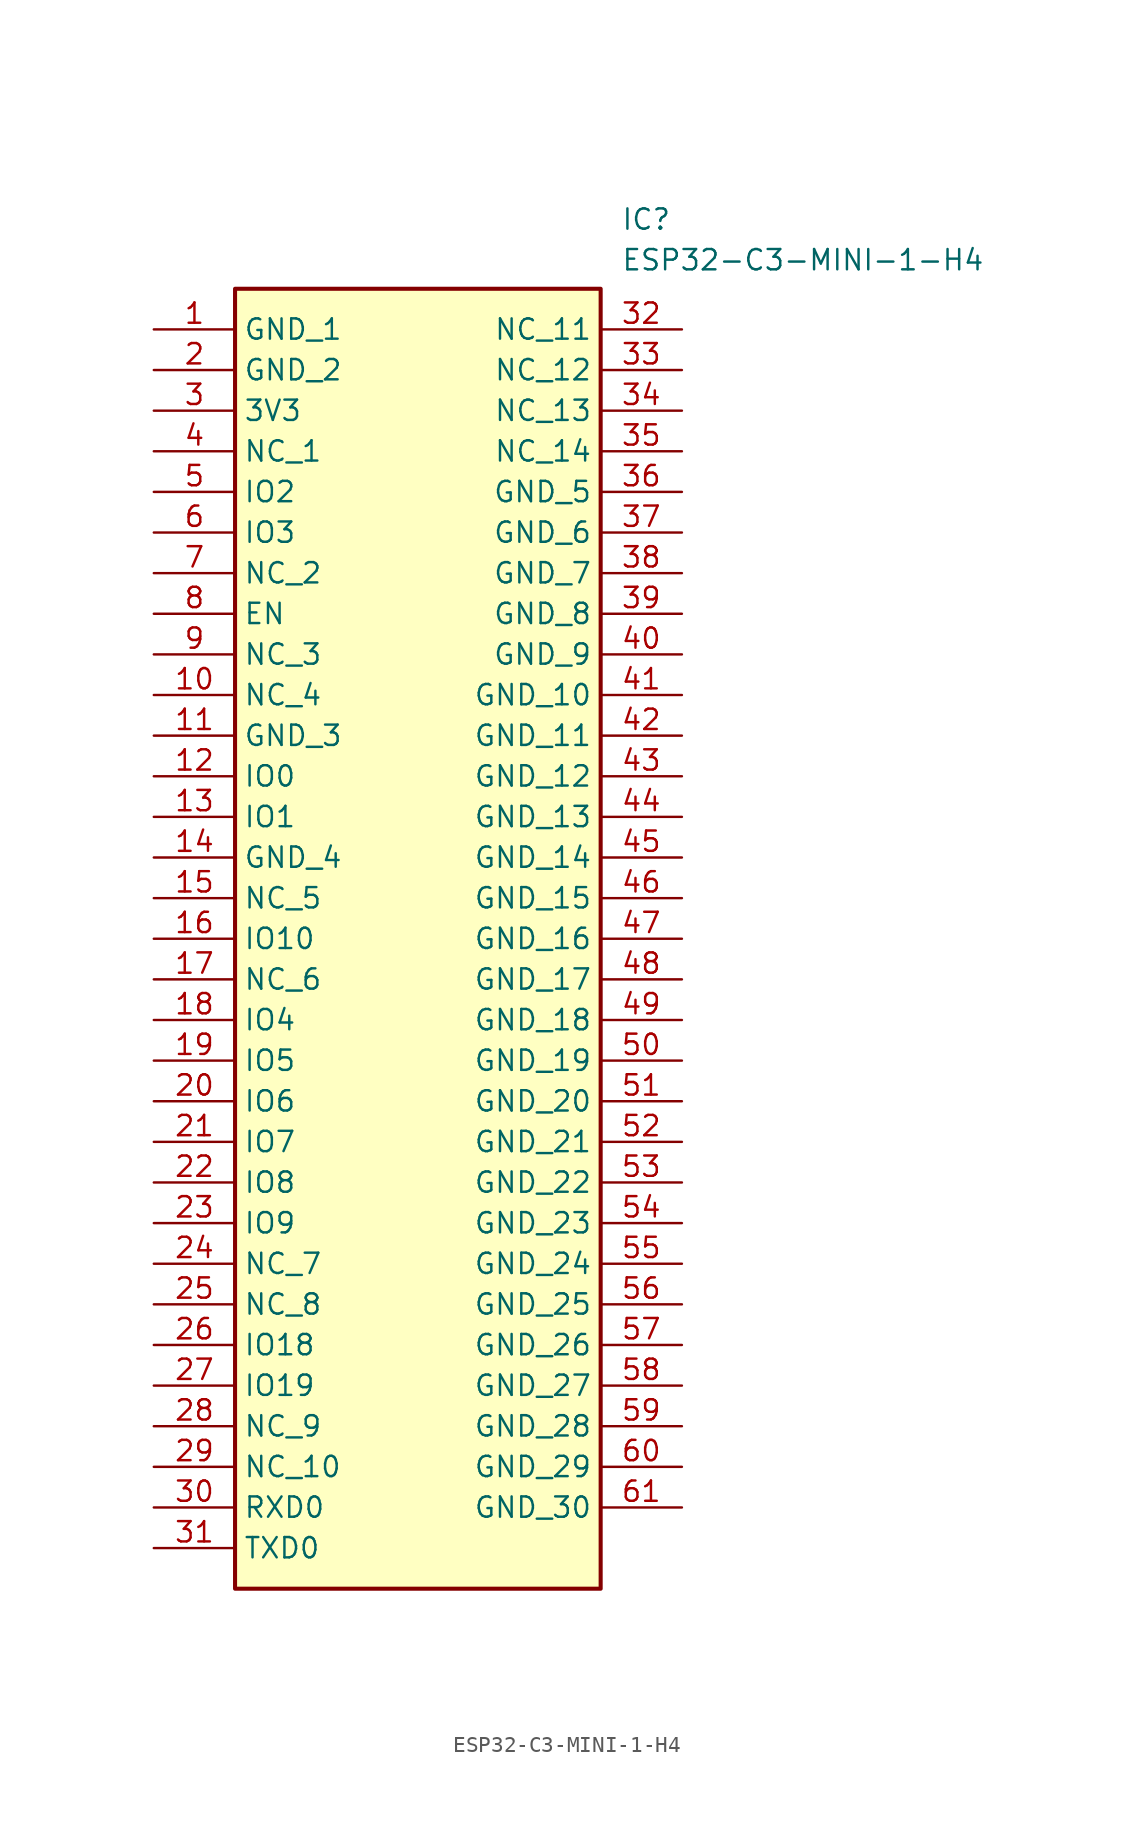
<source format=kicad_sym>
(kicad_symbol_lib
  (version 20211014)
  (generator SamacSys_ECAD_Model)
  (symbol "ESP32-C3-MINI-1-H4"
    (property "Reference" "IC"
      (at 29.21 7.62 0)
      (effects (font (size 1.27 1.27)) (justify left top)))
    (property "Value" "ESP32-C3-MINI-1-H4"
      (at 29.21 5.08 0)
      (effects (font (size 1.27 1.27)) (justify left top)))
    (rectangle
      (start 5.08 2.54)
      (end 27.94 -78.74)
      (stroke (width 0.254) (type default))
      (fill (type background)))
    (pin passive line
      (at 0 0 0)
      (length 5.08)
      (name "GND_1" (effects (font (size 1.27 1.27))))
      (number "1" (effects (font (size 1.27 1.27)))))
    (pin passive line
      (at 0 -2.54 0)
      (length 5.08)
      (name "GND_2" (effects (font (size 1.27 1.27))))
      (number "2" (effects (font (size 1.27 1.27)))))
    (pin passive line
      (at 0 -5.08 0)
      (length 5.08)
      (name "3V3" (effects (font (size 1.27 1.27))))
      (number "3" (effects (font (size 1.27 1.27)))))
    (pin passive line
      (at 0 -7.62 0)
      (length 5.08)
      (name "NC_1" (effects (font (size 1.27 1.27))))
      (number "4" (effects (font (size 1.27 1.27)))))
    (pin passive line
      (at 0 -10.16 0)
      (length 5.08)
      (name "IO2" (effects (font (size 1.27 1.27))))
      (number "5" (effects (font (size 1.27 1.27)))))
    (pin passive line
      (at 0 -12.7 0)
      (length 5.08)
      (name "IO3" (effects (font (size 1.27 1.27))))
      (number "6" (effects (font (size 1.27 1.27)))))
    (pin passive line
      (at 0 -15.24 0)
      (length 5.08)
      (name "NC_2" (effects (font (size 1.27 1.27))))
      (number "7" (effects (font (size 1.27 1.27)))))
    (pin passive line
      (at 0 -17.78 0)
      (length 5.08)
      (name "EN" (effects (font (size 1.27 1.27))))
      (number "8" (effects (font (size 1.27 1.27)))))
    (pin passive line
      (at 0 -20.32 0)
      (length 5.08)
      (name "NC_3" (effects (font (size 1.27 1.27))))
      (number "9" (effects (font (size 1.27 1.27)))))
    (pin passive line
      (at 0 -22.86 0)
      (length 5.08)
      (name "NC_4" (effects (font (size 1.27 1.27))))
      (number "10" (effects (font (size 1.27 1.27)))))
    (pin passive line
      (at 0 -25.4 0)
      (length 5.08)
      (name "GND_3" (effects (font (size 1.27 1.27))))
      (number "11" (effects (font (size 1.27 1.27)))))
    (pin passive line
      (at 0 -27.94 0)
      (length 5.08)
      (name "IO0" (effects (font (size 1.27 1.27))))
      (number "12" (effects (font (size 1.27 1.27)))))
    (pin passive line
      (at 0 -30.48 0)
      (length 5.08)
      (name "IO1" (effects (font (size 1.27 1.27))))
      (number "13" (effects (font (size 1.27 1.27)))))
    (pin passive line
      (at 0 -33.02 0)
      (length 5.08)
      (name "GND_4" (effects (font (size 1.27 1.27))))
      (number "14" (effects (font (size 1.27 1.27)))))
    (pin passive line
      (at 0 -35.56 0)
      (length 5.08)
      (name "NC_5" (effects (font (size 1.27 1.27))))
      (number "15" (effects (font (size 1.27 1.27)))))
    (pin passive line
      (at 0 -38.1 0)
      (length 5.08)
      (name "IO10" (effects (font (size 1.27 1.27))))
      (number "16" (effects (font (size 1.27 1.27)))))
    (pin passive line
      (at 0 -40.64 0)
      (length 5.08)
      (name "NC_6" (effects (font (size 1.27 1.27))))
      (number "17" (effects (font (size 1.27 1.27)))))
    (pin passive line
      (at 0 -43.18 0)
      (length 5.08)
      (name "IO4" (effects (font (size 1.27 1.27))))
      (number "18" (effects (font (size 1.27 1.27)))))
    (pin passive line
      (at 0 -45.72 0)
      (length 5.08)
      (name "IO5" (effects (font (size 1.27 1.27))))
      (number "19" (effects (font (size 1.27 1.27)))))
    (pin passive line
      (at 0 -48.26 0)
      (length 5.08)
      (name "IO6" (effects (font (size 1.27 1.27))))
      (number "20" (effects (font (size 1.27 1.27)))))
    (pin passive line
      (at 0 -50.8 0)
      (length 5.08)
      (name "IO7" (effects (font (size 1.27 1.27))))
      (number "21" (effects (font (size 1.27 1.27)))))
    (pin passive line
      (at 0 -53.34 0)
      (length 5.08)
      (name "IO8" (effects (font (size 1.27 1.27))))
      (number "22" (effects (font (size 1.27 1.27)))))
    (pin passive line
      (at 0 -55.88 0)
      (length 5.08)
      (name "IO9" (effects (font (size 1.27 1.27))))
      (number "23" (effects (font (size 1.27 1.27)))))
    (pin passive line
      (at 0 -58.42 0)
      (length 5.08)
      (name "NC_7" (effects (font (size 1.27 1.27))))
      (number "24" (effects (font (size 1.27 1.27)))))
    (pin passive line
      (at 0 -60.96 0)
      (length 5.08)
      (name "NC_8" (effects (font (size 1.27 1.27))))
      (number "25" (effects (font (size 1.27 1.27)))))
    (pin passive line
      (at 0 -63.5 0)
      (length 5.08)
      (name "IO18" (effects (font (size 1.27 1.27))))
      (number "26" (effects (font (size 1.27 1.27)))))
    (pin passive line
      (at 0 -66.04 0)
      (length 5.08)
      (name "IO19" (effects (font (size 1.27 1.27))))
      (number "27" (effects (font (size 1.27 1.27)))))
    (pin passive line
      (at 0 -68.58 0)
      (length 5.08)
      (name "NC_9" (effects (font (size 1.27 1.27))))
      (number "28" (effects (font (size 1.27 1.27)))))
    (pin passive line
      (at 0 -71.12 0)
      (length 5.08)
      (name "NC_10" (effects (font (size 1.27 1.27))))
      (number "29" (effects (font (size 1.27 1.27)))))
    (pin passive line
      (at 0 -73.66 0)
      (length 5.08)
      (name "RXD0" (effects (font (size 1.27 1.27))))
      (number "30" (effects (font (size 1.27 1.27)))))
    (pin passive line
      (at 0 -76.2 0)
      (length 5.08)
      (name "TXD0" (effects (font (size 1.27 1.27))))
      (number "31" (effects (font (size 1.27 1.27)))))
    (pin passive line
      (at 33.02 0 180)
      (length 5.08)
      (name "NC_11" (effects (font (size 1.27 1.27))))
      (number "32" (effects (font (size 1.27 1.27)))))
    (pin passive line
      (at 33.02 -2.54 180)
      (length 5.08)
      (name "NC_12" (effects (font (size 1.27 1.27))))
      (number "33" (effects (font (size 1.27 1.27)))))
    (pin passive line
      (at 33.02 -5.08 180)
      (length 5.08)
      (name "NC_13" (effects (font (size 1.27 1.27))))
      (number "34" (effects (font (size 1.27 1.27)))))
    (pin passive line
      (at 33.02 -7.62 180)
      (length 5.08)
      (name "NC_14" (effects (font (size 1.27 1.27))))
      (number "35" (effects (font (size 1.27 1.27)))))
    (pin passive line
      (at 33.02 -10.16 180)
      (length 5.08)
      (name "GND_5" (effects (font (size 1.27 1.27))))
      (number "36" (effects (font (size 1.27 1.27)))))
    (pin passive line
      (at 33.02 -12.7 180)
      (length 5.08)
      (name "GND_6" (effects (font (size 1.27 1.27))))
      (number "37" (effects (font (size 1.27 1.27)))))
    (pin passive line
      (at 33.02 -15.24 180)
      (length 5.08)
      (name "GND_7" (effects (font (size 1.27 1.27))))
      (number "38" (effects (font (size 1.27 1.27)))))
    (pin passive line
      (at 33.02 -17.78 180)
      (length 5.08)
      (name "GND_8" (effects (font (size 1.27 1.27))))
      (number "39" (effects (font (size 1.27 1.27)))))
    (pin passive line
      (at 33.02 -20.32 180)
      (length 5.08)
      (name "GND_9" (effects (font (size 1.27 1.27))))
      (number "40" (effects (font (size 1.27 1.27)))))
    (pin passive line
      (at 33.02 -22.86 180)
      (length 5.08)
      (name "GND_10" (effects (font (size 1.27 1.27))))
      (number "41" (effects (font (size 1.27 1.27)))))
    (pin passive line
      (at 33.02 -25.4 180)
      (length 5.08)
      (name "GND_11" (effects (font (size 1.27 1.27))))
      (number "42" (effects (font (size 1.27 1.27)))))
    (pin passive line
      (at 33.02 -27.94 180)
      (length 5.08)
      (name "GND_12" (effects (font (size 1.27 1.27))))
      (number "43" (effects (font (size 1.27 1.27)))))
    (pin passive line
      (at 33.02 -30.48 180)
      (length 5.08)
      (name "GND_13" (effects (font (size 1.27 1.27))))
      (number "44" (effects (font (size 1.27 1.27)))))
    (pin passive line
      (at 33.02 -33.02 180)
      (length 5.08)
      (name "GND_14" (effects (font (size 1.27 1.27))))
      (number "45" (effects (font (size 1.27 1.27)))))
    (pin passive line
      (at 33.02 -35.56 180)
      (length 5.08)
      (name "GND_15" (effects (font (size 1.27 1.27))))
      (number "46" (effects (font (size 1.27 1.27)))))
    (pin passive line
      (at 33.02 -38.1 180)
      (length 5.08)
      (name "GND_16" (effects (font (size 1.27 1.27))))
      (number "47" (effects (font (size 1.27 1.27)))))
    (pin passive line
      (at 33.02 -40.64 180)
      (length 5.08)
      (name "GND_17" (effects (font (size 1.27 1.27))))
      (number "48" (effects (font (size 1.27 1.27)))))
    (pin passive line
      (at 33.02 -43.18 180)
      (length 5.08)
      (name "GND_18" (effects (font (size 1.27 1.27))))
      (number "49" (effects (font (size 1.27 1.27)))))
    (pin passive line
      (at 33.02 -45.72 180)
      (length 5.08)
      (name "GND_19" (effects (font (size 1.27 1.27))))
      (number "50" (effects (font (size 1.27 1.27)))))
    (pin passive line
      (at 33.02 -48.26 180)
      (length 5.08)
      (name "GND_20" (effects (font (size 1.27 1.27))))
      (number "51" (effects (font (size 1.27 1.27)))))
    (pin passive line
      (at 33.02 -50.8 180)
      (length 5.08)
      (name "GND_21" (effects (font (size 1.27 1.27))))
      (number "52" (effects (font (size 1.27 1.27)))))
    (pin passive line
      (at 33.02 -53.34 180)
      (length 5.08)
      (name "GND_22" (effects (font (size 1.27 1.27))))
      (number "53" (effects (font (size 1.27 1.27)))))
    (pin passive line
      (at 33.02 -55.88 180)
      (length 5.08)
      (name "GND_23" (effects (font (size 1.27 1.27))))
      (number "54" (effects (font (size 1.27 1.27)))))
    (pin passive line
      (at 33.02 -58.42 180)
      (length 5.08)
      (name "GND_24" (effects (font (size 1.27 1.27))))
      (number "55" (effects (font (size 1.27 1.27)))))
    (pin passive line
      (at 33.02 -60.96 180)
      (length 5.08)
      (name "GND_25" (effects (font (size 1.27 1.27))))
      (number "56" (effects (font (size 1.27 1.27)))))
    (pin passive line
      (at 33.02 -63.5 180)
      (length 5.08)
      (name "GND_26" (effects (font (size 1.27 1.27))))
      (number "57" (effects (font (size 1.27 1.27)))))
    (pin passive line
      (at 33.02 -66.04 180)
      (length 5.08)
      (name "GND_27" (effects (font (size 1.27 1.27))))
      (number "58" (effects (font (size 1.27 1.27)))))
    (pin passive line
      (at 33.02 -68.58 180)
      (length 5.08)
      (name "GND_28" (effects (font (size 1.27 1.27))))
      (number "59" (effects (font (size 1.27 1.27)))))
    (pin passive line
      (at 33.02 -71.12 180)
      (length 5.08)
      (name "GND_29" (effects (font (size 1.27 1.27))))
      (number "60" (effects (font (size 1.27 1.27)))))
    (pin passive line
      (at 33.02 -73.66 180)
      (length 5.08)
      (name "GND_30" (effects (font (size 1.27 1.27))))
      (number "61" (effects (font (size 1.27 1.27)))))))
</source>
